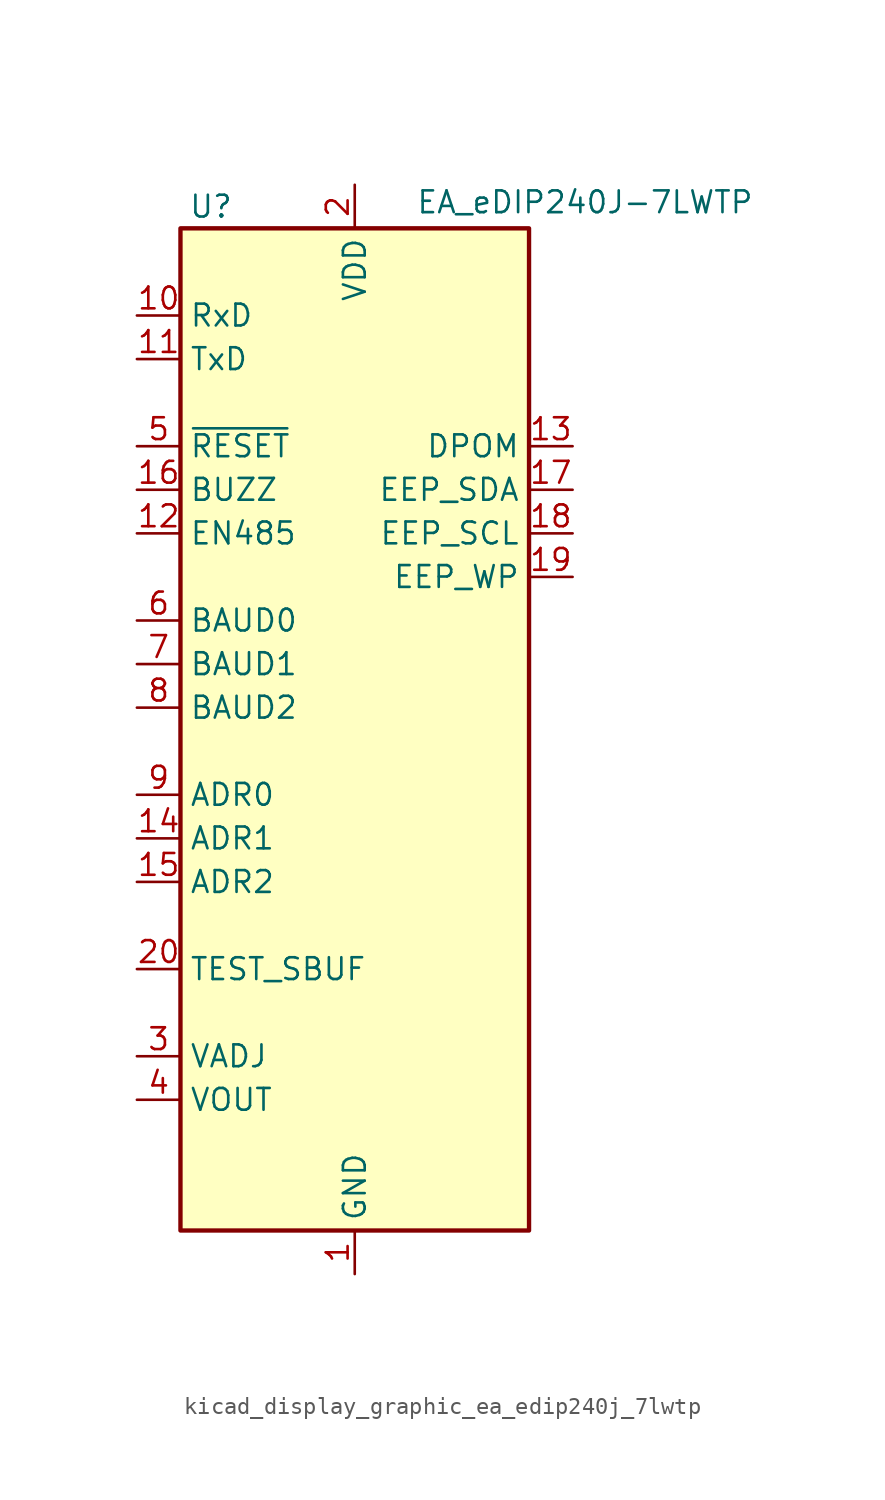
<source format=kicad_sym>
(kicad_symbol_lib
  (version 20220914)
  (generator kicad_symbol_editor)
  (symbol "kicad_display_graphic_ea_edip240j_7lwtp"
    (property "Reference" "U"
      (at -8.382 29.21 0)
      (effects (font (size 1.27 1.27))))
    (property "Value" "EA_eDIP240J-7LWTP"
      (at 3.556 29.464 0)
      (effects (font (size 1.27 1.27)) (justify left)))
    (symbol "kicad_display_graphic_ea_edip240j_7lwtp_0_1"
      (rectangle (start -10.16 27.94) (end 10.16 -30.48) (stroke (width 0.254) (type default)) (fill (type background))))
    (symbol "kicad_display_graphic_ea_edip240j_7lwtp_1_1"
      (pin power_in line (at 0 -33.02 90) (length 2.54) (name "GND" (effects (font (size 1.27 1.27)))) (number "1" (effects (font (size 1.27 1.27)))))
      (pin input line (at -12.7 22.86 0) (length 2.54) (name "RxD" (effects (font (size 1.27 1.27)))) (number "10" (effects (font (size 1.27 1.27)))))
      (pin output line (at -12.7 20.32 0) (length 2.54) (name "TxD" (effects (font (size 1.27 1.27)))) (number "11" (effects (font (size 1.27 1.27)))))
      (pin output line (at -12.7 10.16 0) (length 2.54) (name "EN485" (effects (font (size 1.27 1.27)))) (number "12" (effects (font (size 1.27 1.27)))))
      (pin input line (at 12.7 15.24 180) (length 2.54) (name "DPOM" (effects (font (size 1.27 1.27)))) (number "13" (effects (font (size 1.27 1.27)))))
      (pin input line (at -12.7 -7.62 0) (length 2.54) (name "ADR1" (effects (font (size 1.27 1.27)))) (number "14" (effects (font (size 1.27 1.27)))))
      (pin input line (at -12.7 -10.16 0) (length 2.54) (name "ADR2" (effects (font (size 1.27 1.27)))) (number "15" (effects (font (size 1.27 1.27)))))
      (pin output line (at -12.7 12.7 0) (length 2.54) (name "BUZZ" (effects (font (size 1.27 1.27)))) (number "16" (effects (font (size 1.27 1.27)))))
      (pin bidirectional line (at 12.7 12.7 180) (length 2.54) (name "EEP_SDA" (effects (font (size 1.27 1.27)))) (number "17" (effects (font (size 1.27 1.27)))))
      (pin output line (at 12.7 10.16 180) (length 2.54) (name "EEP_SCL" (effects (font (size 1.27 1.27)))) (number "18" (effects (font (size 1.27 1.27)))))
      (pin input line (at 12.7 7.62 180) (length 2.54) (name "EEP_WP" (effects (font (size 1.27 1.27)))) (number "19" (effects (font (size 1.27 1.27)))))
      (pin power_in line (at 0 30.48 270) (length 2.54) (name "VDD" (effects (font (size 1.27 1.27)))) (number "2" (effects (font (size 1.27 1.27)))))
      (pin open_collector line (at -12.7 -15.24 0) (length 2.54) (name "TEST_SBUF" (effects (font (size 1.27 1.27)))) (number "20" (effects (font (size 1.27 1.27)))))
      (pin no_connect line (at -10.16 -25.4 0) (length 2.54) hide (name "NC" (effects (font (size 1.27 1.27)))) (number "21" (effects (font (size 1.27 1.27)))))
      (pin no_connect line (at -10.16 -27.94 0) (length 2.54) hide (name "NC" (effects (font (size 1.27 1.27)))) (number "22" (effects (font (size 1.27 1.27)))))
      (pin no_connect line (at 10.16 25.4 180) (length 2.54) hide (name "NC" (effects (font (size 1.27 1.27)))) (number "23" (effects (font (size 1.27 1.27)))))
      (pin no_connect line (at 10.16 22.86 180) (length 2.54) hide (name "NC" (effects (font (size 1.27 1.27)))) (number "24" (effects (font (size 1.27 1.27)))))
      (pin no_connect line (at 10.16 20.32 180) (length 2.54) hide (name "NC" (effects (font (size 1.27 1.27)))) (number "25" (effects (font (size 1.27 1.27)))))
      (pin no_connect line (at 10.16 17.78 180) (length 2.54) hide (name "NC" (effects (font (size 1.27 1.27)))) (number "26" (effects (font (size 1.27 1.27)))))
      (pin no_connect line (at 10.16 5.08 180) (length 2.54) hide (name "NC" (effects (font (size 1.27 1.27)))) (number "27" (effects (font (size 1.27 1.27)))))
      (pin no_connect line (at 10.16 2.54 180) (length 2.54) hide (name "NC" (effects (font (size 1.27 1.27)))) (number "28" (effects (font (size 1.27 1.27)))))
      (pin no_connect line (at 10.16 0 180) (length 2.54) hide (name "NC" (effects (font (size 1.27 1.27)))) (number "29" (effects (font (size 1.27 1.27)))))
      (pin input line (at -12.7 -20.32 0) (length 2.54) (name "VADJ" (effects (font (size 1.27 1.27)))) (number "3" (effects (font (size 1.27 1.27)))))
      (pin no_connect line (at 10.16 -2.54 180) (length 2.54) hide (name "NC" (effects (font (size 1.27 1.27)))) (number "30" (effects (font (size 1.27 1.27)))))
      (pin no_connect line (at 10.16 -5.08 180) (length 2.54) hide (name "NC" (effects (font (size 1.27 1.27)))) (number "31" (effects (font (size 1.27 1.27)))))
      (pin no_connect line (at 10.16 -7.62 180) (length 2.54) hide (name "NC" (effects (font (size 1.27 1.27)))) (number "32" (effects (font (size 1.27 1.27)))))
      (pin no_connect line (at 10.16 -10.16 180) (length 2.54) hide (name "NC" (effects (font (size 1.27 1.27)))) (number "33" (effects (font (size 1.27 1.27)))))
      (pin no_connect line (at 10.16 -12.7 180) (length 2.54) hide (name "NC" (effects (font (size 1.27 1.27)))) (number "34" (effects (font (size 1.27 1.27)))))
      (pin no_connect line (at 10.16 -15.24 180) (length 2.54) hide (name "NC" (effects (font (size 1.27 1.27)))) (number "35" (effects (font (size 1.27 1.27)))))
      (pin no_connect line (at 10.16 -17.78 180) (length 2.54) hide (name "NC" (effects (font (size 1.27 1.27)))) (number "36" (effects (font (size 1.27 1.27)))))
      (pin no_connect line (at 10.16 -20.32 180) (length 2.54) hide (name "NC" (effects (font (size 1.27 1.27)))) (number "37" (effects (font (size 1.27 1.27)))))
      (pin no_connect line (at 10.16 -22.86 180) (length 2.54) hide (name "NC" (effects (font (size 1.27 1.27)))) (number "38" (effects (font (size 1.27 1.27)))))
      (pin no_connect line (at 10.16 -25.4 180) (length 2.54) hide (name "NC" (effects (font (size 1.27 1.27)))) (number "39" (effects (font (size 1.27 1.27)))))
      (pin output line (at -12.7 -22.86 0) (length 2.54) (name "VOUT" (effects (font (size 1.27 1.27)))) (number "4" (effects (font (size 1.27 1.27)))))
      (pin no_connect line (at 10.16 -27.94 180) (length 2.54) hide (name "NC" (effects (font (size 1.27 1.27)))) (number "40" (effects (font (size 1.27 1.27)))))
      (pin input line (at -12.7 15.24 0) (length 2.54) (name "~{RESET}" (effects (font (size 1.27 1.27)))) (number "5" (effects (font (size 1.27 1.27)))))
      (pin input line (at -12.7 5.08 0) (length 2.54) (name "BAUD0" (effects (font (size 1.27 1.27)))) (number "6" (effects (font (size 1.27 1.27)))))
      (pin input line (at -12.7 2.54 0) (length 2.54) (name "BAUD1" (effects (font (size 1.27 1.27)))) (number "7" (effects (font (size 1.27 1.27)))))
      (pin input line (at -12.7 0 0) (length 2.54) (name "BAUD2" (effects (font (size 1.27 1.27)))) (number "8" (effects (font (size 1.27 1.27)))))
      (pin input line (at -12.7 -5.08 0) (length 2.54) (name "ADR0" (effects (font (size 1.27 1.27)))) (number "9" (effects (font (size 1.27 1.27))))))))
</source>
